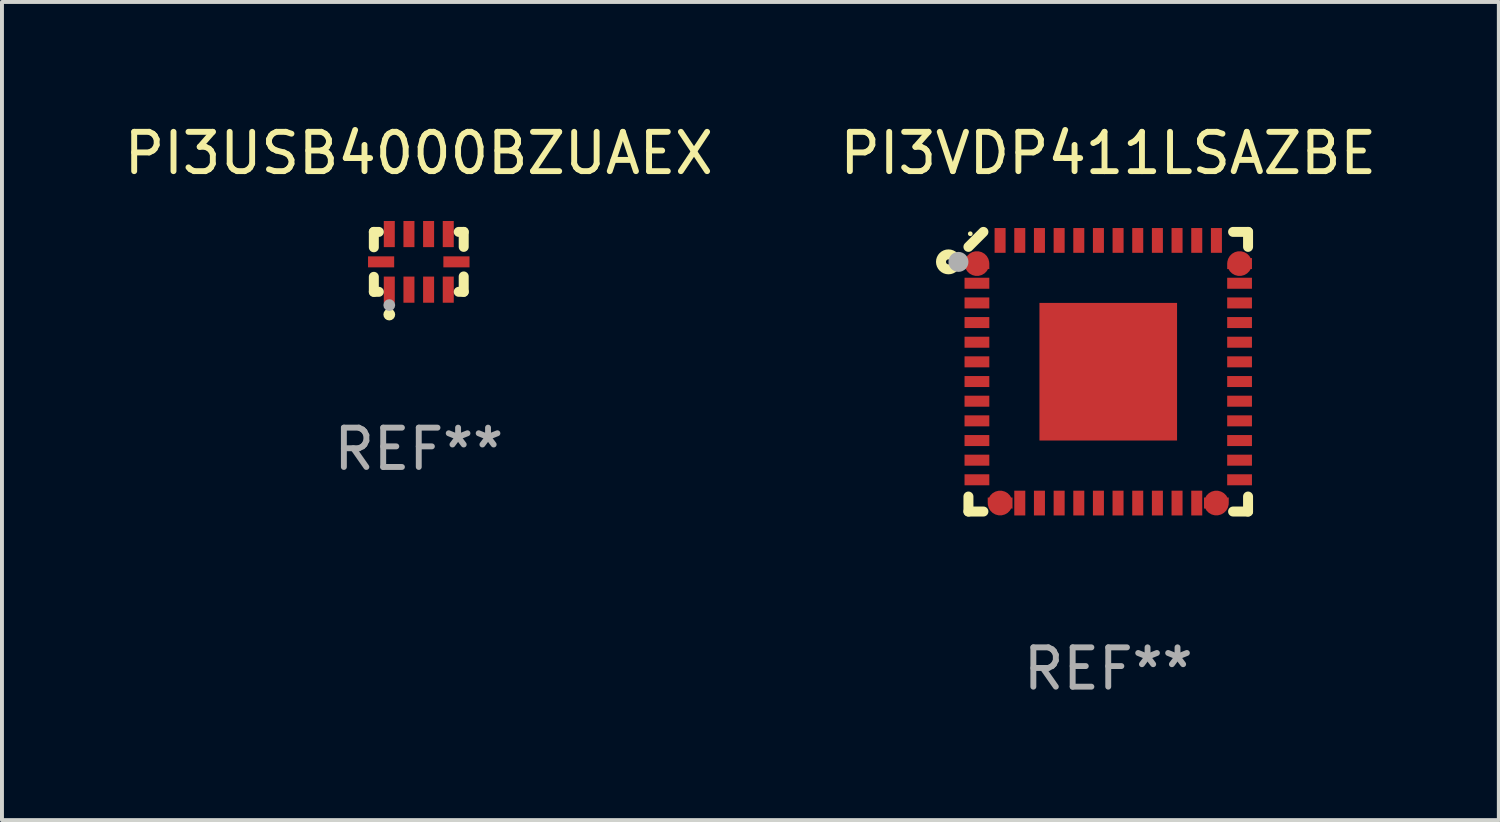
<source format=kicad_pcb>
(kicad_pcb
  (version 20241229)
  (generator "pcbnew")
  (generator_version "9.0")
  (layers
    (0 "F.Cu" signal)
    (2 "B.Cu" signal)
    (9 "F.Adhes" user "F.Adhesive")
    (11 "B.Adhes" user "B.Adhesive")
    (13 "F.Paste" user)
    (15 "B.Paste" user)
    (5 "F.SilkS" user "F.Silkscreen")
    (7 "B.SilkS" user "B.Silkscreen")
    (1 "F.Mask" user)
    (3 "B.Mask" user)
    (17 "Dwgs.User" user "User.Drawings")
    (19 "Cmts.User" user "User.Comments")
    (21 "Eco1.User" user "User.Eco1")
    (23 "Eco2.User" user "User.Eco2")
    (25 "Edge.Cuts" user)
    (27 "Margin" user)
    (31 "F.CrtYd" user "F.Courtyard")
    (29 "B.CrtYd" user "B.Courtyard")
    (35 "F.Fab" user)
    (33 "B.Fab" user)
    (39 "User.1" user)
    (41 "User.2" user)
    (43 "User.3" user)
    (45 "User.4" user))
  (footprint "PI3VDP411LSAZBE"
    (layer "F.Cu")
    (at 25.137 6.404)
    (property "Reference" "PI3VDP411LSAZBE" (at 0 -5.556 0) (layer "F.SilkS") (effects (font (size 1 1) (thickness 0.15))))
    (attr through_hole)
    (fp_line (start -3.556 3.175) (end -3.556 3.556) (stroke (width 0.254) (type solid)) (layer "F.SilkS"))
    (fp_line (start -3.556 3.556) (end -3.175 3.556) (stroke (width 0.254) (type solid)) (layer "F.SilkS"))
    (fp_line (start -3.175 -3.556) (end -3.556 -3.175) (stroke (width 0.254) (type solid)) (layer "F.SilkS"))
    (fp_line (start 3.175 -3.556) (end 3.556 -3.556) (stroke (width 0.254) (type solid)) (layer "F.SilkS"))
    (fp_line (start 3.556 -3.556) (end 3.556 -3.175) (stroke (width 0.254) (type solid)) (layer "F.SilkS"))
    (fp_line (start 3.556 3.175) (end 3.556 3.556) (stroke (width 0.254) (type solid)) (layer "F.SilkS"))
    (fp_line (start 3.556 3.556) (end 3.175 3.556) (stroke (width 0.254) (type solid)) (layer "F.SilkS"))
    (fp_circle (center -4.064 -2.794) (end -4.001 -2.794) (stroke (width 0.254) (type solid)) (fill no) (layer "F.SilkS"))
    (fp_circle (center -3.509 -3.509) (end -3.479 -3.509) (stroke (width 0.06) (type solid)) (fill no) (layer "F.SilkS"))
    (fp_circle (center -3.81 -2.793) (end -3.683 -2.793) (stroke (width 0.254) (type solid)) (fill no) (layer "F.Fab"))
    (fp_text user "REF**" (at 0 7.556 0) (layer "F.Fab") (effects (font (size 1 1) (thickness 0.15))))
    (pad "1" smd custom (at -3.34 -2.75) (size 0.63 0.28) (layers "F.Cu" "F.Mask" "F.Paste") (options (anchor circle)) (primitives (gr_poly (pts (xy -0.315 -0.14) (xy 0.2 -0.14) (xy 0.315 -0.01) (xy 0.315 0.14) (xy -0.315 0.14)) (width 0) (fill yes))))
    (pad "2" smd rect (at -3.34 -2.25) (size 0.63 0.28) (layers "F.Cu" "F.Mask" "F.Paste"))
    (pad "3" smd rect (at -3.34 -1.749) (size 0.63 0.28) (layers "F.Cu" "F.Mask" "F.Paste"))
    (pad "4" smd rect (at -3.34 -1.25) (size 0.63 0.28) (layers "F.Cu" "F.Mask" "F.Paste"))
    (pad "5" smd rect (at -3.34 -0.75) (size 0.63 0.28) (layers "F.Cu" "F.Mask" "F.Paste"))
    (pad "6" smd rect (at -3.34 -0.251) (size 0.63 0.28) (layers "F.Cu" "F.Mask" "F.Paste"))
    (pad "7" smd rect (at -3.34 0.25) (size 0.63 0.28) (layers "F.Cu" "F.Mask" "F.Paste"))
    (pad "8" smd rect (at -3.34 0.75) (size 0.63 0.28) (layers "F.Cu" "F.Mask" "F.Paste"))
    (pad "9" smd rect (at -3.34 1.25) (size 0.63 0.28) (layers "F.Cu" "F.Mask" "F.Paste"))
    (pad "10" smd rect (at -3.34 1.751) (size 0.63 0.28) (layers "F.Cu" "F.Mask" "F.Paste"))
    (pad "11" smd rect (at -3.34 2.25) (size 0.63 0.28) (layers "F.Cu" "F.Mask" "F.Paste"))
    (pad "12" smd rect (at -3.34 2.749) (size 0.63 0.28) (layers "F.Cu" "F.Mask" "F.Paste"))
    (pad "13" smd custom (at -2.75 3.34 90) (size 0.63 0.28) (layers "F.Cu" "F.Mask" "F.Paste") (options (anchor circle)) (primitives (gr_poly (pts (xy -0.14 0.315) (xy -0.14 -0.2) (xy -0.01 -0.315) (xy 0.14 -0.315) (xy 0.14 0.315)) (width 0) (fill yes))))
    (pad "14" smd rect (at -2.25 3.341) (size 0.28 0.63) (layers "F.Cu" "F.Mask" "F.Paste"))
    (pad "15" smd rect (at -1.75 3.341) (size 0.28 0.63) (layers "F.Cu" "F.Mask" "F.Paste"))
    (pad "16" smd rect (at -1.249 3.341) (size 0.28 0.63) (layers "F.Cu" "F.Mask" "F.Paste"))
    (pad "17" smd rect (at -0.749 3.341) (size 0.28 0.63) (layers "F.Cu" "F.Mask" "F.Paste"))
    (pad "18" smd rect (at -0.25 3.341) (size 0.28 0.63) (layers "F.Cu" "F.Mask" "F.Paste"))
    (pad "19" smd rect (at 0.249 3.341) (size 0.28 0.63) (layers "F.Cu" "F.Mask" "F.Paste"))
    (pad "20" smd rect (at 0.75 3.341) (size 0.28 0.63) (layers "F.Cu" "F.Mask" "F.Paste"))
    (pad "21" smd rect (at 1.25 3.341) (size 0.28 0.63) (layers "F.Cu" "F.Mask" "F.Paste"))
    (pad "22" smd rect (at 1.75 3.341) (size 0.28 0.63) (layers "F.Cu" "F.Mask" "F.Paste"))
    (pad "23" smd rect (at 2.251 3.341) (size 0.28 0.63) (layers "F.Cu" "F.Mask" "F.Paste"))
    (pad "24" smd custom (at 2.75 3.34 270) (size 0.63 0.28) (layers "F.Cu" "F.Mask" "F.Paste") (options (anchor circle)) (primitives (gr_poly (pts (xy 0.14 0.315) (xy 0.14 -0.2) (xy 0.01 -0.315) (xy -0.14 -0.315) (xy -0.14 0.315)) (width 0) (fill yes))))
    (pad "25" smd rect (at 3.34 2.749) (size 0.63 0.28) (layers "F.Cu" "F.Mask" "F.Paste"))
    (pad "26" smd rect (at 3.34 2.25) (size 0.63 0.28) (layers "F.Cu" "F.Mask" "F.Paste"))
    (pad "27" smd rect (at 3.34 1.751) (size 0.63 0.28) (layers "F.Cu" "F.Mask" "F.Paste"))
    (pad "28" smd rect (at 3.34 1.25) (size 0.63 0.28) (layers "F.Cu" "F.Mask" "F.Paste"))
    (pad "29" smd rect (at 3.34 0.75) (size 0.63 0.28) (layers "F.Cu" "F.Mask" "F.Paste"))
    (pad "30" smd rect (at 3.34 0.25) (size 0.63 0.28) (layers "F.Cu" "F.Mask" "F.Paste"))
    (pad "31" smd rect (at 3.34 -0.251) (size 0.63 0.28) (layers "F.Cu" "F.Mask" "F.Paste"))
    (pad "32" smd rect (at 3.34 -0.75) (size 0.63 0.28) (layers "F.Cu" "F.Mask" "F.Paste"))
    (pad "33" smd rect (at 3.34 -1.25) (size 0.63 0.28) (layers "F.Cu" "F.Mask" "F.Paste"))
    (pad "34" smd rect (at 3.34 -1.749) (size 0.63 0.28) (layers "F.Cu" "F.Mask" "F.Paste"))
    (pad "35" smd rect (at 3.34 -2.25) (size 0.63 0.28) (layers "F.Cu" "F.Mask" "F.Paste"))
    (pad "36" smd custom (at 3.34 -2.75) (size 0.63 0.28) (layers "F.Cu" "F.Mask" "F.Paste") (options (anchor circle)) (primitives (gr_poly (pts (xy 0.315 -0.14) (xy -0.2 -0.14) (xy -0.315 -0.01) (xy -0.315 0.14) (xy 0.315 0.14)) (width 0) (fill yes))))
    (pad "37" smd rect (at 2.751 -3.339) (size 0.28 0.63) (layers "F.Cu" "F.Mask" "F.Paste"))
    (pad "38" smd rect (at 2.251 -3.339) (size 0.28 0.63) (layers "F.Cu" "F.Mask" "F.Paste"))
    (pad "39" smd rect (at 1.75 -3.339) (size 0.28 0.63) (layers "F.Cu" "F.Mask" "F.Paste"))
    (pad "40" smd rect (at 1.25 -3.339) (size 0.28 0.63) (layers "F.Cu" "F.Mask" "F.Paste"))
    (pad "41" smd rect (at 0.75 -3.339) (size 0.28 0.63) (layers "F.Cu" "F.Mask" "F.Paste"))
    (pad "42" smd rect (at 0.25 -3.339) (size 0.28 0.63) (layers "F.Cu" "F.Mask" "F.Paste"))
    (pad "43" smd rect (at -0.25 -3.339) (size 0.28 0.63) (layers "F.Cu" "F.Mask" "F.Paste"))
    (pad "44" smd rect (at -0.749 -3.339) (size 0.28 0.63) (layers "F.Cu" "F.Mask" "F.Paste"))
    (pad "45" smd rect (at -1.249 -3.339) (size 0.28 0.63) (layers "F.Cu" "F.Mask" "F.Paste"))
    (pad "46" smd rect (at -1.75 -3.339) (size 0.28 0.63) (layers "F.Cu" "F.Mask" "F.Paste"))
    (pad "47" smd rect (at -2.25 -3.339) (size 0.28 0.63) (layers "F.Cu" "F.Mask" "F.Paste"))
    (pad "48" smd rect (at -2.751 -3.339) (size 0.28 0.63) (layers "F.Cu" "F.Mask" "F.Paste"))
    (pad "49" smd rect (at 0.000203 0.000051 180) (size 3.5 3.5) (layers "F.Cu" "F.Mask" "F.Paste")))
  (footprint "PI3USB4000BZUAEX"
    (layer "F.Cu")
    (at 7.601 3.61)
    (property "Reference" "PI3USB4000BZUAEX" (at 0 -2.762 0) (layer "F.SilkS") (effects (font (size 1 1) (thickness 0.15))))
    (attr through_hole)
    (fp_line (start -1.143 -0.762) (end -1.143 -0.371) (stroke (width 0.254) (type solid)) (layer "F.SilkS"))
    (fp_line (start -1.143 -0.762) (end -1.016 -0.762) (stroke (width 0.254) (type solid)) (layer "F.SilkS"))
    (fp_line (start -1.143 0.762) (end -1.143 0.381) (stroke (width 0.254) (type solid)) (layer "F.SilkS"))
    (fp_line (start -1.143 0.762) (end -1.016 0.762) (stroke (width 0.254) (type solid)) (layer "F.SilkS"))
    (fp_line (start 1.143 -0.762) (end 1.016 -0.762) (stroke (width 0.254) (type solid)) (layer "F.SilkS"))
    (fp_line (start 1.143 -0.762) (end 1.143 -0.381) (stroke (width 0.254) (type solid)) (layer "F.SilkS"))
    (fp_line (start 1.143 0.762) (end 1.016 0.762) (stroke (width 0.254) (type solid)) (layer "F.SilkS"))
    (fp_line (start 1.143 0.762) (end 1.143 0.371) (stroke (width 0.254) (type solid)) (layer "F.SilkS"))
    (fp_circle (center -1.05 0.8) (end -1.02 0.8) (stroke (width 0.06) (type solid)) (fill no) (layer "F.SilkS"))
    (fp_circle (center -0.75 1.34) (end -0.675 1.34) (stroke (width 0.15) (type solid)) (fill no) (layer "F.SilkS"))
    (fp_circle (center -0.75 1.1) (end -0.675 1.1) (stroke (width 0.15) (type solid)) (fill no) (layer "F.Fab"))
    (fp_text user "REF**" (at 0 4.762 0) (layer "F.Fab") (effects (font (size 1 1) (thickness 0.15))))
    (pad "1" smd rect (at -0.75 0.707) (size 0.28 0.665) (layers "F.Cu" "F.Mask" "F.Paste"))
    (pad "2" smd rect (at -0.25 0.707) (size 0.28 0.665) (layers "F.Cu" "F.Mask" "F.Paste"))
    (pad "3" smd rect (at 0.25 0.707) (size 0.28 0.665) (layers "F.Cu" "F.Mask" "F.Paste"))
    (pad "4" smd rect (at 0.75 0.707) (size 0.28 0.665) (layers "F.Cu" "F.Mask" "F.Paste"))
    (pad "5" smd rect (at 0.958 -0.000013) (size 0.665 0.28) (layers "F.Cu" "F.Mask" "F.Paste"))
    (pad "6" smd rect (at 0.75 -0.707) (size 0.28 0.665) (layers "F.Cu" "F.Mask" "F.Paste"))
    (pad "7" smd rect (at 0.25 -0.707) (size 0.28 0.665) (layers "F.Cu" "F.Mask" "F.Paste"))
    (pad "8" smd rect (at -0.25 -0.707) (size 0.28 0.665) (layers "F.Cu" "F.Mask" "F.Paste"))
    (pad "9" smd rect (at -0.75 -0.707) (size 0.28 0.665) (layers "F.Cu" "F.Mask" "F.Paste"))
    (pad "10" smd rect (at -0.958 -0.000013) (size 0.665 0.28) (layers "F.Cu" "F.Mask" "F.Paste")))
  (gr_rect
    (start -3 -3)
    (end 35.071 17.809)
    (stroke (width 0.1) (type default))
    (fill no)
    (layer "Edge.Cuts")))
</source>
